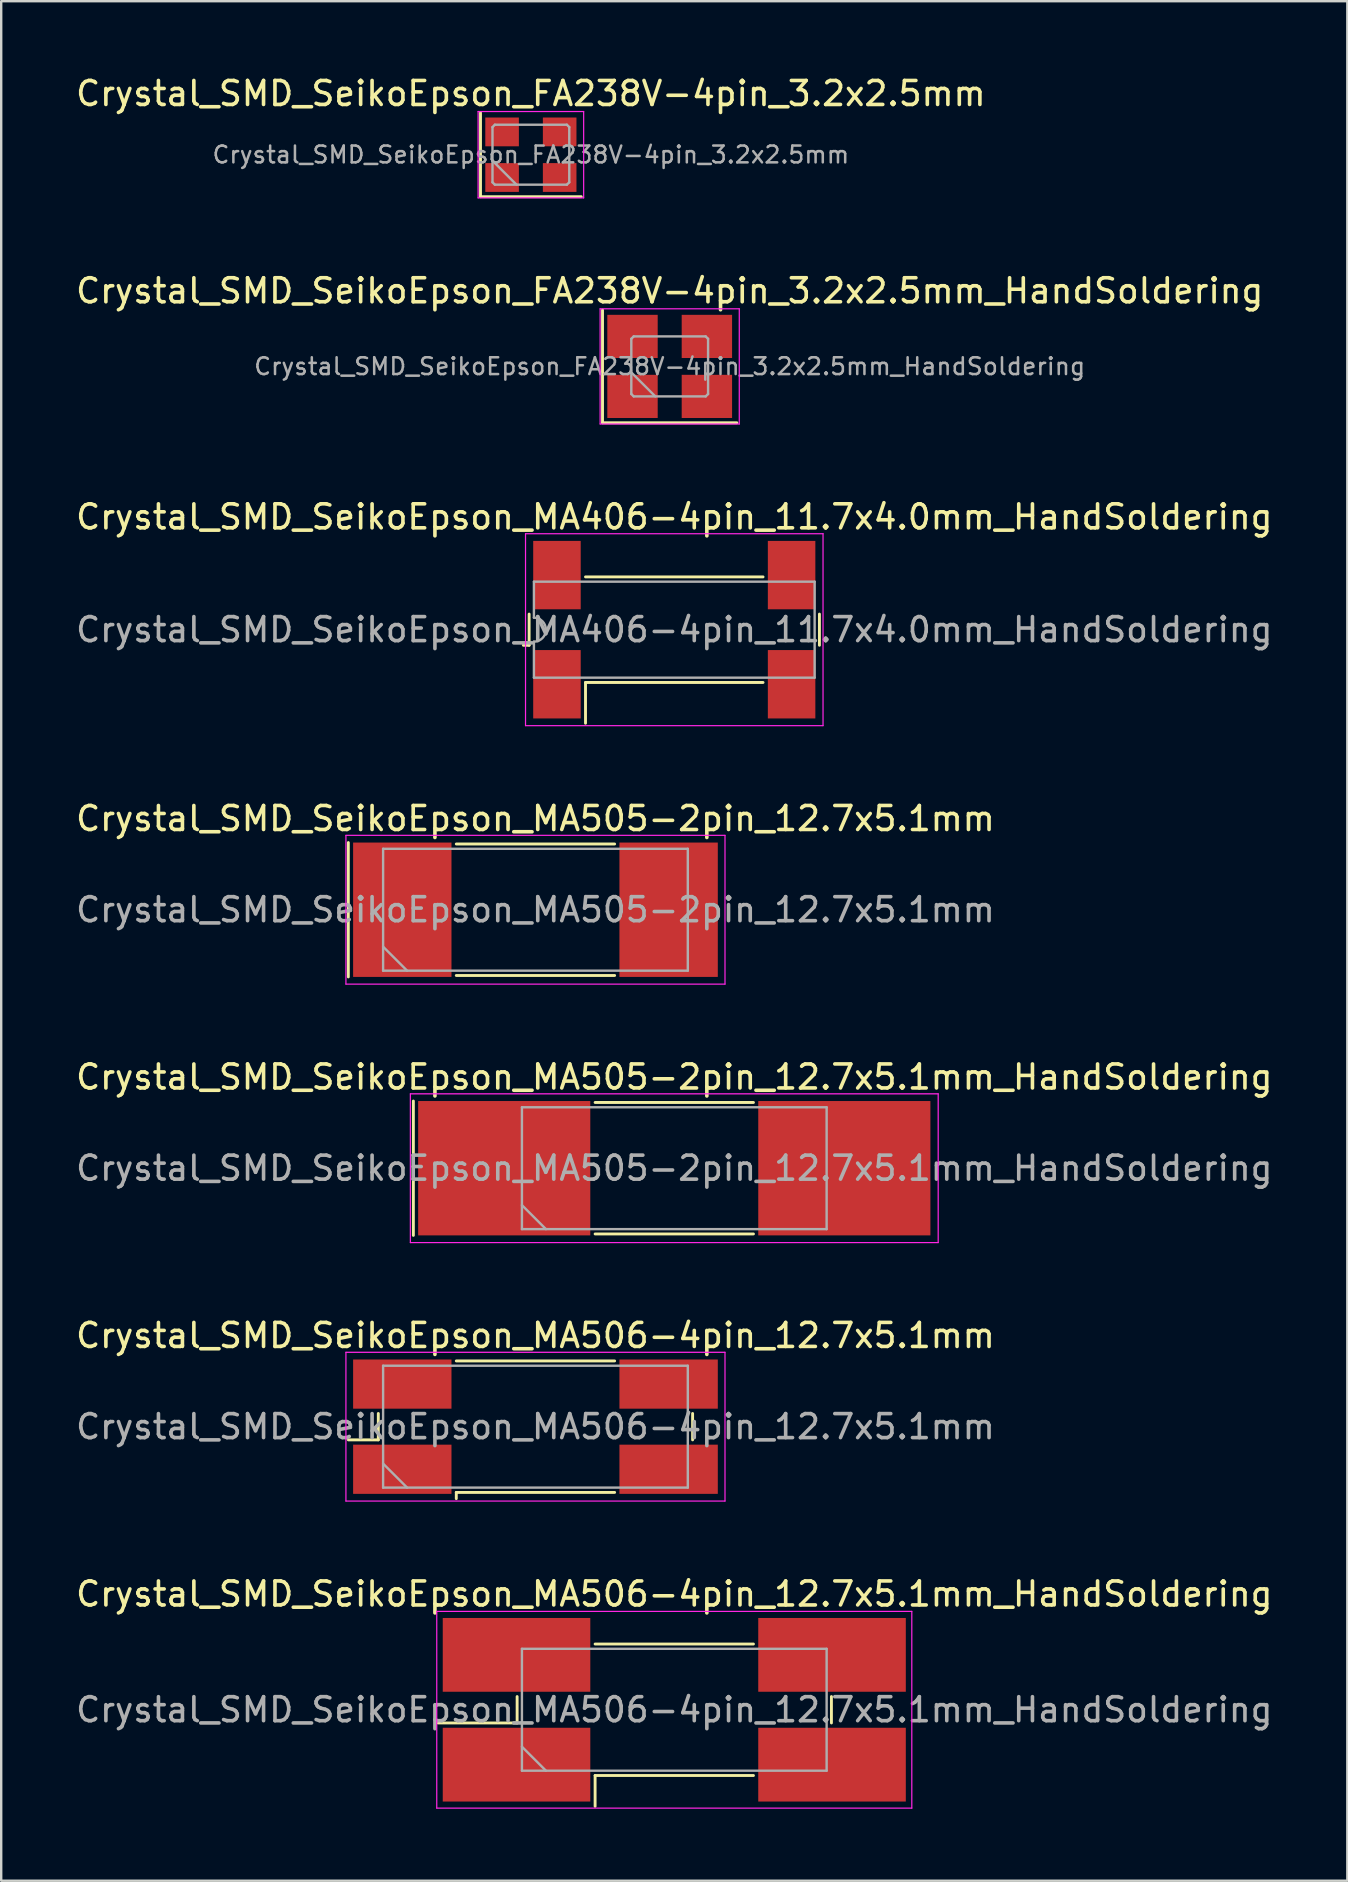
<source format=kicad_pcb>
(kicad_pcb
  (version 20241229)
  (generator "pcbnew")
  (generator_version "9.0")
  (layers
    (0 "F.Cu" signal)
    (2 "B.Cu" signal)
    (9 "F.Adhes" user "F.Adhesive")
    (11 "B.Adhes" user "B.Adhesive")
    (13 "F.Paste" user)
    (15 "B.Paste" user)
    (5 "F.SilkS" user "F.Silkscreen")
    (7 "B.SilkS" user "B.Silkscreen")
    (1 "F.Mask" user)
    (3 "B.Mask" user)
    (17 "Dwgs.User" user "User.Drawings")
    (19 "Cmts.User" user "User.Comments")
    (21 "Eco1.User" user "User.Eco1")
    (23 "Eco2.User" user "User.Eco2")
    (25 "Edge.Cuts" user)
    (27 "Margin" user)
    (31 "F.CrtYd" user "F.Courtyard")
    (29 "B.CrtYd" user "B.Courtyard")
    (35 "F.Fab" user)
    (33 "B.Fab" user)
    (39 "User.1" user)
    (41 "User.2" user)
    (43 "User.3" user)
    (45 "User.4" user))
  (footprint "Crystal_SMD_SeikoEpson_MA406-4pin_11.7x4.0mm_HandSoldering"
    (layer "F.Cu")
    (at 25.054 23.195)
    (property "Reference" "Crystal_SMD_SeikoEpson_MA406-4pin_11.7x4.0mm_HandSoldering" (at 0 -4.7 0) (layer "F.SilkS") (effects (font (size 1 1) (thickness 0.15))))
    (attr smd)
    (fp_line (start -6.29 0.65) (end -6.05 0.65) (stroke (width 0.12) (type solid)) (layer "F.SilkS"))
    (fp_line (start -6.05 0.65) (end -6.05 -0.65) (stroke (width 0.12) (type solid)) (layer "F.SilkS"))
    (fp_line (start -3.7 -2.2) (end 3.7 -2.2) (stroke (width 0.12) (type solid)) (layer "F.SilkS"))
    (fp_line (start -3.7 2.2) (end -3.7 3.9) (stroke (width 0.12) (type solid)) (layer "F.SilkS"))
    (fp_line (start 3.7 2.2) (end -3.7 2.2) (stroke (width 0.12) (type solid)) (layer "F.SilkS"))
    (fp_line (start 6.05 -0.65) (end 6.05 0.65) (stroke (width 0.12) (type solid)) (layer "F.SilkS"))
    (fp_line (start -6.2 -4) (end -6.2 4) (stroke (width 0.05) (type solid)) (layer "F.CrtYd"))
    (fp_line (start -6.2 4) (end 6.2 4) (stroke (width 0.05) (type solid)) (layer "F.CrtYd"))
    (fp_line (start 6.2 -4) (end -6.2 -4) (stroke (width 0.05) (type solid)) (layer "F.CrtYd"))
    (fp_line (start 6.2 4) (end 6.2 -4) (stroke (width 0.05) (type solid)) (layer "F.CrtYd"))
    (fp_line (start -5.85 -2) (end 5.85 -2) (stroke (width 0.1) (type solid)) (layer "F.Fab"))
    (fp_line (start -5.85 -0.5) (end -5.85 -2) (stroke (width 0.1) (type solid)) (layer "F.Fab"))
    (fp_line (start -5.85 2) (end -5.85 0.5) (stroke (width 0.1) (type solid)) (layer "F.Fab"))
    (fp_line (start 5.85 -2) (end 5.85 2) (stroke (width 0.1) (type solid)) (layer "F.Fab"))
    (fp_line (start 5.85 2) (end -5.85 2) (stroke (width 0.1) (type solid)) (layer "F.Fab"))
    (fp_arc (start -5.85 -0.5) (mid -5.35 0) (end -5.85 0.5) (stroke (width 0.1) (type solid)) (layer "F.Fab"))
    (fp_text user "${REFERENCE}" (at 0 0 0) (layer "F.Fab") (effects (font (size 1 1) (thickness 0.15))))
    (pad "1" smd rect (at -4.89 2.275) (size 1.98 2.85) (layers "F.Cu" "F.Mask" "F.Paste"))
    (pad "2" smd rect (at 4.89 2.275) (size 1.98 2.85) (layers "F.Cu" "F.Mask" "F.Paste"))
    (pad "3" smd rect (at 4.89 -2.275) (size 1.98 2.85) (layers "F.Cu" "F.Mask" "F.Paste"))
    (pad "4" smd rect (at -4.89 -2.275) (size 1.98 2.85) (layers "F.Cu" "F.Mask" "F.Paste")))
  (footprint "Crystal_SMD_SeikoEpson_MA505-2pin_12.7x5.1mm_HandSoldering"
    (layer "F.Cu")
    (at 25.054 45.641)
    (property "Reference" "Crystal_SMD_SeikoEpson_MA505-2pin_12.7x5.1mm_HandSoldering" (at 0 -3.8 0) (layer "F.SilkS") (effects (font (size 1 1) (thickness 0.15))))
    (attr smd)
    (fp_line (start -10.875 -2.8) (end -10.875 2.8) (stroke (width 0.12) (type solid)) (layer "F.SilkS"))
    (fp_line (start -3.3 -2.74) (end 3.3 -2.74) (stroke (width 0.12) (type solid)) (layer "F.SilkS"))
    (fp_line (start -3.3 2.74) (end 3.3 2.74) (stroke (width 0.12) (type solid)) (layer "F.SilkS"))
    (fp_line (start -11 -3.1) (end -11 3.1) (stroke (width 0.05) (type solid)) (layer "F.CrtYd"))
    (fp_line (start -11 3.1) (end 11 3.1) (stroke (width 0.05) (type solid)) (layer "F.CrtYd"))
    (fp_line (start 11 -3.1) (end -11 -3.1) (stroke (width 0.05) (type solid)) (layer "F.CrtYd"))
    (fp_line (start 11 3.1) (end 11 -3.1) (stroke (width 0.05) (type solid)) (layer "F.CrtYd"))
    (fp_line (start -6.35 -2.54) (end -6.35 2.54) (stroke (width 0.1) (type solid)) (layer "F.Fab"))
    (fp_line (start -6.35 1.54) (end -5.35 2.54) (stroke (width 0.1) (type solid)) (layer "F.Fab"))
    (fp_line (start -6.35 2.54) (end 6.35 2.54) (stroke (width 0.1) (type solid)) (layer "F.Fab"))
    (fp_line (start 6.35 -2.54) (end -6.35 -2.54) (stroke (width 0.1) (type solid)) (layer "F.Fab"))
    (fp_line (start 6.35 2.54) (end 6.35 -2.54) (stroke (width 0.1) (type solid)) (layer "F.Fab"))
    (fp_text user "${REFERENCE}" (at 0 0 0) (layer "F.Fab") (effects (font (size 1 1) (thickness 0.15))))
    (pad "1" smd rect (at -7.088 0) (size 7.175 5.6) (layers "F.Cu" "F.Mask" "F.Paste"))
    (pad "2" smd rect (at 7.088 0) (size 7.175 5.6) (layers "F.Cu" "F.Mask" "F.Paste")))
  (footprint "Crystal_SMD_SeikoEpson_MA506-4pin_12.7x5.1mm"
    (layer "F.Cu")
    (at 19.268 56.414)
    (property "Reference" "Crystal_SMD_SeikoEpson_MA506-4pin_12.7x5.1mm" (at 0 -3.8 0) (layer "F.SilkS") (effects (font (size 1 1) (thickness 0.15))))
    (attr smd)
    (fp_line (start -7.8 0.55) (end -6.55 0.55) (stroke (width 0.12) (type solid)) (layer "F.SilkS"))
    (fp_line (start -6.55 0.55) (end -6.55 -0.55) (stroke (width 0.12) (type solid)) (layer "F.SilkS"))
    (fp_line (start -3.3 -2.74) (end 3.3 -2.74) (stroke (width 0.12) (type solid)) (layer "F.SilkS"))
    (fp_line (start -3.3 2.74) (end -3.3 3) (stroke (width 0.12) (type solid)) (layer "F.SilkS"))
    (fp_line (start 3.3 2.74) (end -3.3 2.74) (stroke (width 0.12) (type solid)) (layer "F.SilkS"))
    (fp_line (start 6.55 -0.55) (end 6.55 0.55) (stroke (width 0.12) (type solid)) (layer "F.SilkS"))
    (fp_line (start -7.9 -3.1) (end -7.9 3.1) (stroke (width 0.05) (type solid)) (layer "F.CrtYd"))
    (fp_line (start -7.9 3.1) (end 7.9 3.1) (stroke (width 0.05) (type solid)) (layer "F.CrtYd"))
    (fp_line (start 7.9 -3.1) (end -7.9 -3.1) (stroke (width 0.05) (type solid)) (layer "F.CrtYd"))
    (fp_line (start 7.9 3.1) (end 7.9 -3.1) (stroke (width 0.05) (type solid)) (layer "F.CrtYd"))
    (fp_line (start -6.35 -2.54) (end -6.35 2.54) (stroke (width 0.1) (type solid)) (layer "F.Fab"))
    (fp_line (start -6.35 1.54) (end -5.35 2.54) (stroke (width 0.1) (type solid)) (layer "F.Fab"))
    (fp_line (start -6.35 2.54) (end 6.35 2.54) (stroke (width 0.1) (type solid)) (layer "F.Fab"))
    (fp_line (start 6.35 -2.54) (end -6.35 -2.54) (stroke (width 0.1) (type solid)) (layer "F.Fab"))
    (fp_line (start 6.35 2.54) (end 6.35 -2.54) (stroke (width 0.1) (type solid)) (layer "F.Fab"))
    (fp_text user "${REFERENCE}" (at 0 0 0) (layer "F.Fab") (effects (font (size 1 1) (thickness 0.15))))
    (pad "1" smd rect (at -5.55 1.775) (size 4.1 2.05) (layers "F.Cu" "F.Mask" "F.Paste"))
    (pad "2" smd rect (at 5.55 1.775) (size 4.1 2.05) (layers "F.Cu" "F.Mask" "F.Paste"))
    (pad "3" smd rect (at 5.55 -1.775) (size 4.1 2.05) (layers "F.Cu" "F.Mask" "F.Paste"))
    (pad "4" smd rect (at -5.55 -1.775) (size 4.1 2.05) (layers "F.Cu" "F.Mask" "F.Paste")))
  (footprint "Crystal_SMD_SeikoEpson_FA238V-4pin_3.2x2.5mm_HandSoldering"
    (layer "F.Cu")
    (at 24.863 12.222)
    (property "Reference" "Crystal_SMD_SeikoEpson_FA238V-4pin_3.2x2.5mm_HandSoldering" (at 0 -3.15 0) (layer "F.SilkS") (effects (font (size 1 1) (thickness 0.15))))
    (attr smd)
    (fp_line (start -2.8 -2.35) (end -2.8 2.35) (stroke (width 0.12) (type solid)) (layer "F.SilkS"))
    (fp_line (start -2.8 2.35) (end 2.8 2.35) (stroke (width 0.12) (type solid)) (layer "F.SilkS"))
    (fp_line (start -2.9 -2.4) (end -2.9 2.4) (stroke (width 0.05) (type solid)) (layer "F.CrtYd"))
    (fp_line (start -2.9 2.4) (end 2.9 2.4) (stroke (width 0.05) (type solid)) (layer "F.CrtYd"))
    (fp_line (start 2.9 -2.4) (end -2.9 -2.4) (stroke (width 0.05) (type solid)) (layer "F.CrtYd"))
    (fp_line (start 2.9 2.4) (end 2.9 -2.4) (stroke (width 0.05) (type solid)) (layer "F.CrtYd"))
    (fp_line (start -1.6 -1.15) (end -1.5 -1.25) (stroke (width 0.1) (type solid)) (layer "F.Fab"))
    (fp_line (start -1.6 0.25) (end -0.6 1.25) (stroke (width 0.1) (type solid)) (layer "F.Fab"))
    (fp_line (start -1.6 1.15) (end -1.6 -1.15) (stroke (width 0.1) (type solid)) (layer "F.Fab"))
    (fp_line (start -1.5 -1.25) (end 1.5 -1.25) (stroke (width 0.1) (type solid)) (layer "F.Fab"))
    (fp_line (start -1.5 1.25) (end -1.6 1.15) (stroke (width 0.1) (type solid)) (layer "F.Fab"))
    (fp_line (start 1.5 -1.25) (end 1.6 -1.15) (stroke (width 0.1) (type solid)) (layer "F.Fab"))
    (fp_line (start 1.5 1.25) (end -1.5 1.25) (stroke (width 0.1) (type solid)) (layer "F.Fab"))
    (fp_line (start 1.6 -1.15) (end 1.6 1.15) (stroke (width 0.1) (type solid)) (layer "F.Fab"))
    (fp_line (start 1.6 1.15) (end 1.5 1.25) (stroke (width 0.1) (type solid)) (layer "F.Fab"))
    (fp_text user "${REFERENCE}" (at 0 0 0) (layer "F.Fab") (effects (font (size 0.7 0.7) (thickness 0.105))))
    (pad "1" smd rect (at -1.55 1.25) (size 2.1 1.8) (layers "F.Cu" "F.Mask" "F.Paste"))
    (pad "2" smd rect (at 1.55 1.25) (size 2.1 1.8) (layers "F.Cu" "F.Mask" "F.Paste"))
    (pad "3" smd rect (at 1.55 -1.25) (size 2.1 1.8) (layers "F.Cu" "F.Mask" "F.Paste"))
    (pad "4" smd rect (at -1.55 -1.25) (size 2.1 1.8) (layers "F.Cu" "F.Mask" "F.Paste")))
  (footprint "Crystal_SMD_SeikoEpson_MA506-4pin_12.7x5.1mm_HandSoldering"
    (layer "F.Cu")
    (at 25.054 68.213)
    (property "Reference" "Crystal_SMD_SeikoEpson_MA506-4pin_12.7x5.1mm_HandSoldering" (at 0 -4.825 0) (layer "F.SilkS") (effects (font (size 1 1) (thickness 0.15))))
    (attr smd)
    (fp_line (start -9.85 0.55) (end -6.55 0.55) (stroke (width 0.12) (type solid)) (layer "F.SilkS"))
    (fp_line (start -6.55 0.55) (end -6.55 -0.55) (stroke (width 0.12) (type solid)) (layer "F.SilkS"))
    (fp_line (start -3.3 -2.74) (end 3.3 -2.74) (stroke (width 0.12) (type solid)) (layer "F.SilkS"))
    (fp_line (start -3.3 2.74) (end -3.3 4.025) (stroke (width 0.12) (type solid)) (layer "F.SilkS"))
    (fp_line (start 3.3 2.74) (end -3.3 2.74) (stroke (width 0.12) (type solid)) (layer "F.SilkS"))
    (fp_line (start 6.55 -0.55) (end 6.55 0.55) (stroke (width 0.12) (type solid)) (layer "F.SilkS"))
    (fp_line (start -9.9 -4.1) (end -9.9 4.1) (stroke (width 0.05) (type solid)) (layer "F.CrtYd"))
    (fp_line (start -9.9 4.1) (end 9.9 4.1) (stroke (width 0.05) (type solid)) (layer "F.CrtYd"))
    (fp_line (start 9.9 -4.1) (end -9.9 -4.1) (stroke (width 0.05) (type solid)) (layer "F.CrtYd"))
    (fp_line (start 9.9 4.1) (end 9.9 -4.1) (stroke (width 0.05) (type solid)) (layer "F.CrtYd"))
    (fp_line (start -6.35 -2.54) (end -6.35 2.54) (stroke (width 0.1) (type solid)) (layer "F.Fab"))
    (fp_line (start -6.35 1.54) (end -5.35 2.54) (stroke (width 0.1) (type solid)) (layer "F.Fab"))
    (fp_line (start -6.35 2.54) (end 6.35 2.54) (stroke (width 0.1) (type solid)) (layer "F.Fab"))
    (fp_line (start 6.35 -2.54) (end -6.35 -2.54) (stroke (width 0.1) (type solid)) (layer "F.Fab"))
    (fp_line (start 6.35 2.54) (end 6.35 -2.54) (stroke (width 0.1) (type solid)) (layer "F.Fab"))
    (fp_text user "${REFERENCE}" (at 0 0 0) (layer "F.Fab") (effects (font (size 1 1) (thickness 0.15))))
    (pad "1" smd rect (at -6.575 2.288) (size 6.15 3.075) (layers "F.Cu" "F.Mask" "F.Paste"))
    (pad "2" smd rect (at 6.575 2.288) (size 6.15 3.075) (layers "F.Cu" "F.Mask" "F.Paste"))
    (pad "3" smd rect (at 6.575 -2.288) (size 6.15 3.075) (layers "F.Cu" "F.Mask" "F.Paste"))
    (pad "4" smd rect (at -6.575 -2.288) (size 6.15 3.075) (layers "F.Cu" "F.Mask" "F.Paste")))
  (footprint "Crystal_SMD_SeikoEpson_FA238V-4pin_3.2x2.5mm"
    (layer "F.Cu")
    (at 19.077 3.398)
    (property "Reference" "Crystal_SMD_SeikoEpson_FA238V-4pin_3.2x2.5mm" (at 0 -2.55 0) (layer "F.SilkS") (effects (font (size 1 1) (thickness 0.15))))
    (attr smd)
    (fp_line (start -2.1 -1.75) (end -2.1 1.75) (stroke (width 0.12) (type solid)) (layer "F.SilkS"))
    (fp_line (start -2.1 1.75) (end 2.1 1.75) (stroke (width 0.12) (type solid)) (layer "F.SilkS"))
    (fp_line (start -2.2 -1.8) (end -2.2 1.8) (stroke (width 0.05) (type solid)) (layer "F.CrtYd"))
    (fp_line (start -2.2 1.8) (end 2.2 1.8) (stroke (width 0.05) (type solid)) (layer "F.CrtYd"))
    (fp_line (start 2.2 -1.8) (end -2.2 -1.8) (stroke (width 0.05) (type solid)) (layer "F.CrtYd"))
    (fp_line (start 2.2 1.8) (end 2.2 -1.8) (stroke (width 0.05) (type solid)) (layer "F.CrtYd"))
    (fp_line (start -1.6 -1.15) (end -1.5 -1.25) (stroke (width 0.1) (type solid)) (layer "F.Fab"))
    (fp_line (start -1.6 0.25) (end -0.6 1.25) (stroke (width 0.1) (type solid)) (layer "F.Fab"))
    (fp_line (start -1.6 1.15) (end -1.6 -1.15) (stroke (width 0.1) (type solid)) (layer "F.Fab"))
    (fp_line (start -1.5 -1.25) (end 1.5 -1.25) (stroke (width 0.1) (type solid)) (layer "F.Fab"))
    (fp_line (start -1.5 1.25) (end -1.6 1.15) (stroke (width 0.1) (type solid)) (layer "F.Fab"))
    (fp_line (start 1.5 -1.25) (end 1.6 -1.15) (stroke (width 0.1) (type solid)) (layer "F.Fab"))
    (fp_line (start 1.5 1.25) (end -1.5 1.25) (stroke (width 0.1) (type solid)) (layer "F.Fab"))
    (fp_line (start 1.6 -1.15) (end 1.6 1.15) (stroke (width 0.1) (type solid)) (layer "F.Fab"))
    (fp_line (start 1.6 1.15) (end 1.5 1.25) (stroke (width 0.1) (type solid)) (layer "F.Fab"))
    (fp_text user "${REFERENCE}" (at 0 0 0) (layer "F.Fab") (effects (font (size 0.7 0.7) (thickness 0.105))))
    (pad "1" smd rect (at -1.2 0.95) (size 1.4 1.2) (layers "F.Cu" "F.Mask" "F.Paste"))
    (pad "2" smd rect (at 1.2 0.95) (size 1.4 1.2) (layers "F.Cu" "F.Mask" "F.Paste"))
    (pad "3" smd rect (at 1.2 -0.95) (size 1.4 1.2) (layers "F.Cu" "F.Mask" "F.Paste"))
    (pad "4" smd rect (at -1.2 -0.95) (size 1.4 1.2) (layers "F.Cu" "F.Mask" "F.Paste")))
  (footprint "Crystal_SMD_SeikoEpson_MA505-2pin_12.7x5.1mm"
    (layer "F.Cu")
    (at 19.268 34.868)
    (property "Reference" "Crystal_SMD_SeikoEpson_MA505-2pin_12.7x5.1mm" (at 0 -3.8 0) (layer "F.SilkS") (effects (font (size 1 1) (thickness 0.15))))
    (attr smd)
    (fp_line (start -7.8 -2.8) (end -7.8 2.8) (stroke (width 0.12) (type solid)) (layer "F.SilkS"))
    (fp_line (start -3.3 -2.74) (end 3.3 -2.74) (stroke (width 0.12) (type solid)) (layer "F.SilkS"))
    (fp_line (start -3.3 2.74) (end 3.3 2.74) (stroke (width 0.12) (type solid)) (layer "F.SilkS"))
    (fp_line (start -7.9 -3.1) (end -7.9 3.1) (stroke (width 0.05) (type solid)) (layer "F.CrtYd"))
    (fp_line (start -7.9 3.1) (end 7.9 3.1) (stroke (width 0.05) (type solid)) (layer "F.CrtYd"))
    (fp_line (start 7.9 -3.1) (end -7.9 -3.1) (stroke (width 0.05) (type solid)) (layer "F.CrtYd"))
    (fp_line (start 7.9 3.1) (end 7.9 -3.1) (stroke (width 0.05) (type solid)) (layer "F.CrtYd"))
    (fp_line (start -6.35 -2.54) (end -6.35 2.54) (stroke (width 0.1) (type solid)) (layer "F.Fab"))
    (fp_line (start -6.35 1.54) (end -5.35 2.54) (stroke (width 0.1) (type solid)) (layer "F.Fab"))
    (fp_line (start -6.35 2.54) (end 6.35 2.54) (stroke (width 0.1) (type solid)) (layer "F.Fab"))
    (fp_line (start 6.35 -2.54) (end -6.35 -2.54) (stroke (width 0.1) (type solid)) (layer "F.Fab"))
    (fp_line (start 6.35 2.54) (end 6.35 -2.54) (stroke (width 0.1) (type solid)) (layer "F.Fab"))
    (fp_text user "${REFERENCE}" (at 0 0 0) (layer "F.Fab") (effects (font (size 1 1) (thickness 0.15))))
    (pad "1" smd rect (at -5.55 0) (size 4.1 5.6) (layers "F.Cu" "F.Mask" "F.Paste"))
    (pad "2" smd rect (at 5.55 0) (size 4.1 5.6) (layers "F.Cu" "F.Mask" "F.Paste")))
  (gr_rect
    (start -3 -3)
    (end 53.107 75.338)
    (stroke (width 0.1) (type default))
    (fill no)
    (layer "Edge.Cuts")))
</source>
